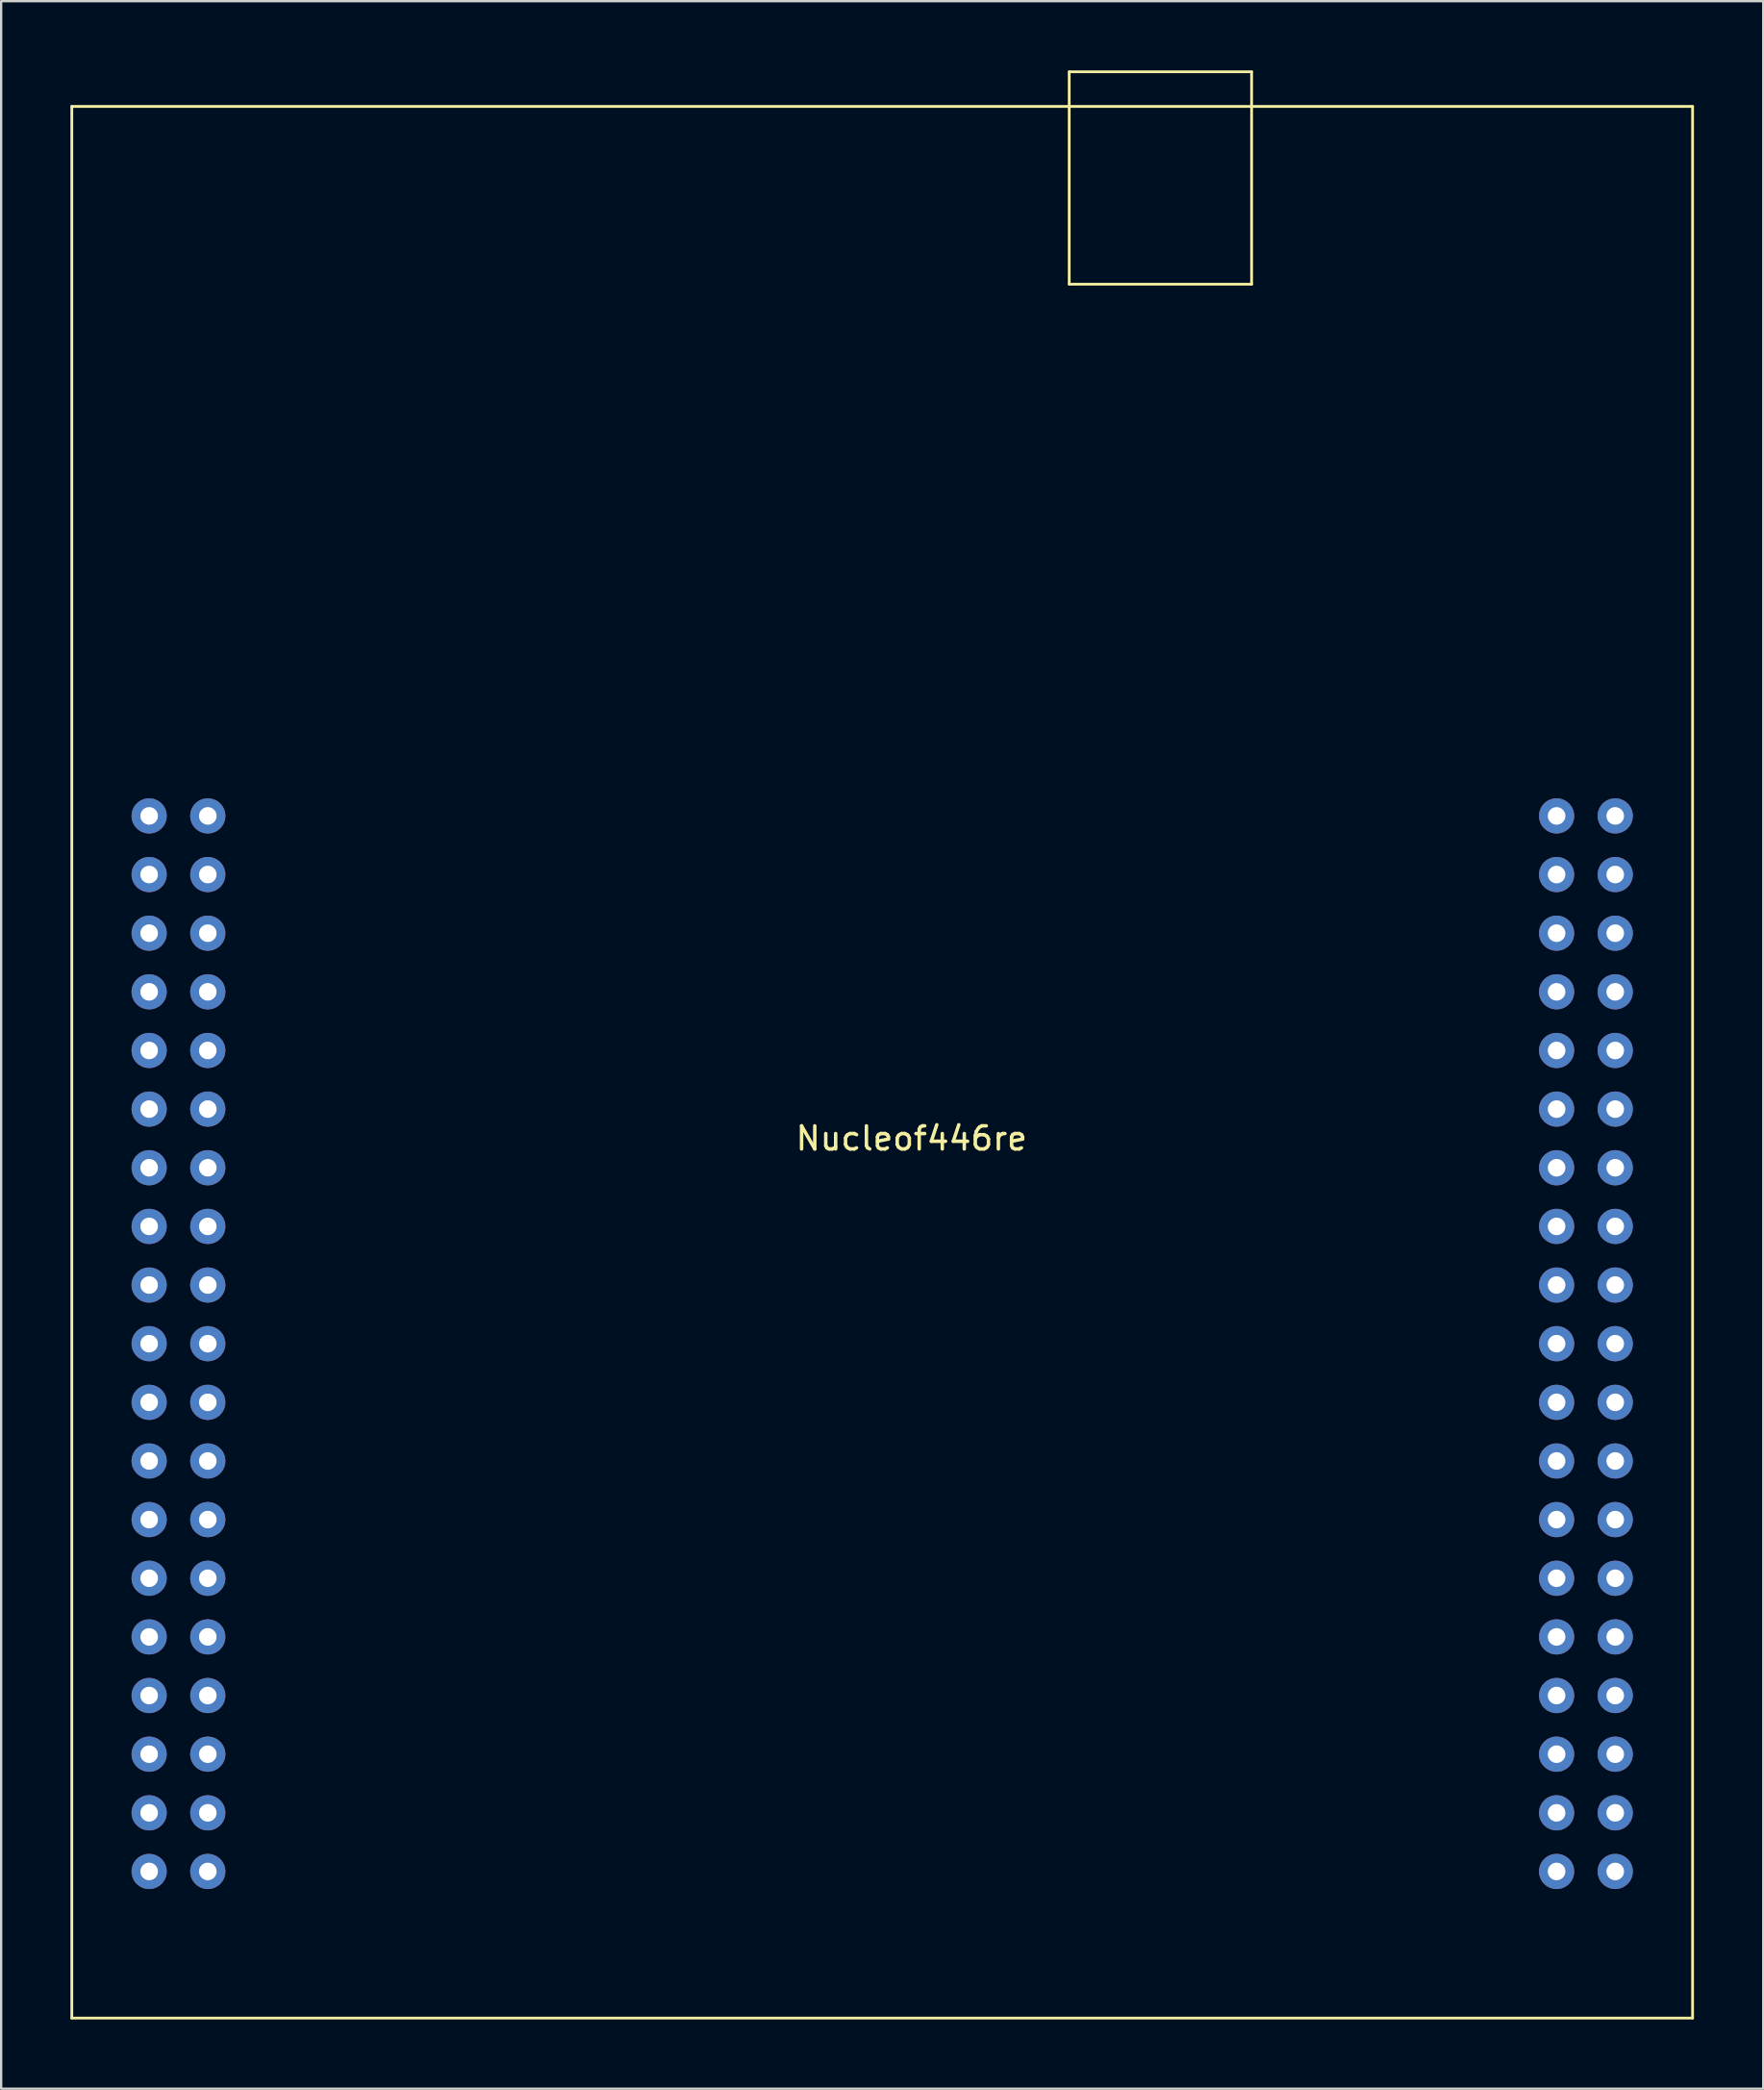
<source format=kicad_pcb>
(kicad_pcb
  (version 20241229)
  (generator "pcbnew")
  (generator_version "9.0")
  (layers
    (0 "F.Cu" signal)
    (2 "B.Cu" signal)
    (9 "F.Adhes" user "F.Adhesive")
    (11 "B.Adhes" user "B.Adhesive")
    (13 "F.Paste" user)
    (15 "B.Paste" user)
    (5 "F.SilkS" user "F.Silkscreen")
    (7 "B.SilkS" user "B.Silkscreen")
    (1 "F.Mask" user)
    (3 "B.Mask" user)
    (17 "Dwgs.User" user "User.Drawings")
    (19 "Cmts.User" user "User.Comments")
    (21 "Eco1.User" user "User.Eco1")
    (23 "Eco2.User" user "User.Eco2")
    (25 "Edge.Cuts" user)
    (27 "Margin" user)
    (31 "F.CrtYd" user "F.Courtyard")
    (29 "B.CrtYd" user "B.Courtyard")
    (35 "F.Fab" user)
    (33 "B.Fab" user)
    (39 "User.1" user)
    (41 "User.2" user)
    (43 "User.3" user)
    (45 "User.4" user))
  (footprint "Nucleof446re"
    (layer "F.Cu")
    (at 3.41 78.01)
    (property "Reference" "Nucleof446re" (at 33.02 -31.75 0) (layer "F.SilkS") (effects (font (size 1 1) (thickness 0.15))))
    (attr through_hole)
    (fp_line (start -3.35 -76.45) (end 66.85 -76.45) (stroke (width 0.12) (type solid)) (layer "F.SilkS"))
    (fp_line (start -3.35 6.35) (end -3.35 -76.45) (stroke (width 0.12) (type solid)) (layer "F.SilkS"))
    (fp_line (start -3.35 6.35) (end 66.85 6.35) (stroke (width 0.12) (type solid)) (layer "F.SilkS"))
    (fp_line (start 39.85 -77.95) (end 39.85 -68.75) (stroke (width 0.12) (type solid)) (layer "F.SilkS"))
    (fp_line (start 39.85 -77.95) (end 47.75 -77.95) (stroke (width 0.12) (type solid)) (layer "F.SilkS"))
    (fp_line (start 47.75 -77.95) (end 47.75 -68.75) (stroke (width 0.12) (type solid)) (layer "F.SilkS"))
    (fp_line (start 47.75 -68.75) (end 39.85 -68.75) (stroke (width 0.12) (type solid)) (layer "F.SilkS"))
    (fp_line (start 66.85 -76.45) (end 66.85 6.35) (stroke (width 0.12) (type solid)) (layer "F.SilkS"))
    (pad "1" thru_hole circle (at 0 -45.72) (size 1.524 1.524) (drill 0.762) (layers "*.Cu" "*.Mask"))
    (pad "2" thru_hole circle (at 0 -43.18) (size 1.524 1.524) (drill 0.762) (layers "*.Cu" "*.Mask"))
    (pad "3" thru_hole circle (at 0 -40.64) (size 1.524 1.524) (drill 0.762) (layers "*.Cu" "*.Mask"))
    (pad "4" thru_hole circle (at 0 -38.1) (size 1.524 1.524) (drill 0.762) (layers "*.Cu" "*.Mask"))
    (pad "5" thru_hole circle (at 0 -35.56) (size 1.524 1.524) (drill 0.762) (layers "*.Cu" "*.Mask"))
    (pad "6" thru_hole circle (at 0 -33.02) (size 1.524 1.524) (drill 0.762) (layers "*.Cu" "*.Mask"))
    (pad "7" thru_hole circle (at 0 -30.48) (size 1.524 1.524) (drill 0.762) (layers "*.Cu" "*.Mask"))
    (pad "8" thru_hole circle (at 0 -27.94) (size 1.524 1.524) (drill 0.762) (layers "*.Cu" "*.Mask"))
    (pad "9" thru_hole circle (at 0 -25.4) (size 1.524 1.524) (drill 0.762) (layers "*.Cu" "*.Mask"))
    (pad "10" thru_hole circle (at 0 -22.86) (size 1.524 1.524) (drill 0.762) (layers "*.Cu" "*.Mask"))
    (pad "11" thru_hole circle (at 0 -20.32) (size 1.524 1.524) (drill 0.762) (layers "*.Cu" "*.Mask"))
    (pad "12" thru_hole circle (at 0 -17.78) (size 1.524 1.524) (drill 0.762) (layers "*.Cu" "*.Mask"))
    (pad "13" thru_hole circle (at 0 -15.24) (size 1.524 1.524) (drill 0.762) (layers "*.Cu" "*.Mask"))
    (pad "14" thru_hole circle (at 0 -12.7) (size 1.524 1.524) (drill 0.762) (layers "*.Cu" "*.Mask"))
    (pad "15" thru_hole circle (at 0 -10.16) (size 1.524 1.524) (drill 0.762) (layers "*.Cu" "*.Mask"))
    (pad "16" thru_hole circle (at 0 -7.62) (size 1.524 1.524) (drill 0.762) (layers "*.Cu" "*.Mask"))
    (pad "17" thru_hole circle (at 0 -5.08) (size 1.524 1.524) (drill 0.762) (layers "*.Cu" "*.Mask"))
    (pad "18" thru_hole circle (at 0 -2.54) (size 1.524 1.524) (drill 0.762) (layers "*.Cu" "*.Mask"))
    (pad "19" thru_hole circle (at 0 0) (size 1.524 1.524) (drill 0.762) (layers "*.Cu" "*.Mask"))
    (pad "20" thru_hole circle (at 2.54 -45.72) (size 1.524 1.524) (drill 0.762) (layers "*.Cu" "*.Mask"))
    (pad "21" thru_hole circle (at 2.54 -43.18) (size 1.524 1.524) (drill 0.762) (layers "*.Cu" "*.Mask"))
    (pad "22" thru_hole circle (at 2.54 -40.64) (size 1.524 1.524) (drill 0.762) (layers "*.Cu" "*.Mask"))
    (pad "23" thru_hole circle (at 2.54 -38.1) (size 1.524 1.524) (drill 0.762) (layers "*.Cu" "*.Mask"))
    (pad "24" thru_hole circle (at 2.54 -35.56) (size 1.524 1.524) (drill 0.762) (layers "*.Cu" "*.Mask"))
    (pad "25" thru_hole circle (at 2.54 -33.02) (size 1.524 1.524) (drill 0.762) (layers "*.Cu" "*.Mask"))
    (pad "26" thru_hole circle (at 2.54 -30.48) (size 1.524 1.524) (drill 0.762) (layers "*.Cu" "*.Mask"))
    (pad "27" thru_hole circle (at 2.54 -27.94) (size 1.524 1.524) (drill 0.762) (layers "*.Cu" "*.Mask"))
    (pad "28" thru_hole circle (at 2.54 -25.4) (size 1.524 1.524) (drill 0.762) (layers "*.Cu" "*.Mask"))
    (pad "29" thru_hole circle (at 2.54 -22.86) (size 1.524 1.524) (drill 0.762) (layers "*.Cu" "*.Mask"))
    (pad "30" thru_hole circle (at 2.54 -20.32) (size 1.524 1.524) (drill 0.762) (layers "*.Cu" "*.Mask"))
    (pad "31" thru_hole circle (at 2.54 -17.78) (size 1.524 1.524) (drill 0.762) (layers "*.Cu" "*.Mask"))
    (pad "32" thru_hole circle (at 2.54 -15.24) (size 1.524 1.524) (drill 0.762) (layers "*.Cu" "*.Mask"))
    (pad "33" thru_hole circle (at 2.54 -12.7) (size 1.524 1.524) (drill 0.762) (layers "*.Cu" "*.Mask"))
    (pad "34" thru_hole circle (at 2.54 -10.16) (size 1.524 1.524) (drill 0.762) (layers "*.Cu" "*.Mask"))
    (pad "35" thru_hole circle (at 2.54 -7.62) (size 1.524 1.524) (drill 0.762) (layers "*.Cu" "*.Mask"))
    (pad "36" thru_hole circle (at 2.54 -5.08) (size 1.524 1.524) (drill 0.762) (layers "*.Cu" "*.Mask"))
    (pad "37" thru_hole circle (at 2.54 -2.54) (size 1.524 1.524) (drill 0.762) (layers "*.Cu" "*.Mask"))
    (pad "38" thru_hole circle (at 2.54 0) (size 1.524 1.524) (drill 0.762) (layers "*.Cu" "*.Mask"))
    (pad "71" thru_hole circle (at 60.96 -45.72) (size 1.524 1.524) (drill 0.762) (layers "*.Cu" "*.Mask"))
    (pad "72" thru_hole circle (at 60.96 -43.18) (size 1.524 1.524) (drill 0.762) (layers "*.Cu" "*.Mask"))
    (pad "73" thru_hole circle (at 60.96 -40.64) (size 1.524 1.524) (drill 0.762) (layers "*.Cu" "*.Mask"))
    (pad "74" thru_hole circle (at 60.96 -38.1) (size 1.524 1.524) (drill 0.762) (layers "*.Cu" "*.Mask"))
    (pad "75" thru_hole circle (at 60.96 -35.56) (size 1.524 1.524) (drill 0.762) (layers "*.Cu" "*.Mask"))
    (pad "76" thru_hole circle (at 60.96 -33.02) (size 1.524 1.524) (drill 0.762) (layers "*.Cu" "*.Mask"))
    (pad "77" thru_hole circle (at 60.96 -30.48) (size 1.524 1.524) (drill 0.762) (layers "*.Cu" "*.Mask"))
    (pad "78" thru_hole circle (at 60.96 -27.94) (size 1.524 1.524) (drill 0.762) (layers "*.Cu" "*.Mask"))
    (pad "79" thru_hole circle (at 60.96 -25.4) (size 1.524 1.524) (drill 0.762) (layers "*.Cu" "*.Mask"))
    (pad "80" thru_hole circle (at 60.96 -22.86) (size 1.524 1.524) (drill 0.762) (layers "*.Cu" "*.Mask"))
    (pad "81" thru_hole circle (at 60.96 -20.32) (size 1.524 1.524) (drill 0.762) (layers "*.Cu" "*.Mask"))
    (pad "82" thru_hole circle (at 60.96 -17.78) (size 1.524 1.524) (drill 0.762) (layers "*.Cu" "*.Mask"))
    (pad "83" thru_hole circle (at 60.96 -15.24) (size 1.524 1.524) (drill 0.762) (layers "*.Cu" "*.Mask"))
    (pad "84" thru_hole circle (at 60.96 -12.7) (size 1.524 1.524) (drill 0.762) (layers "*.Cu" "*.Mask"))
    (pad "85" thru_hole circle (at 60.96 -10.16) (size 1.524 1.524) (drill 0.762) (layers "*.Cu" "*.Mask"))
    (pad "86" thru_hole circle (at 60.96 -7.62) (size 1.524 1.524) (drill 0.762) (layers "*.Cu" "*.Mask"))
    (pad "87" thru_hole circle (at 60.96 -5.08) (size 1.524 1.524) (drill 0.762) (layers "*.Cu" "*.Mask"))
    (pad "88" thru_hole circle (at 60.96 -2.54) (size 1.524 1.524) (drill 0.762) (layers "*.Cu" "*.Mask"))
    (pad "89" thru_hole circle (at 60.96 0) (size 1.524 1.524) (drill 0.762) (layers "*.Cu" "*.Mask"))
    (pad "90" thru_hole circle (at 63.5 -45.72) (size 1.524 1.524) (drill 0.762) (layers "*.Cu" "*.Mask"))
    (pad "91" thru_hole circle (at 63.5 -43.18) (size 1.524 1.524) (drill 0.762) (layers "*.Cu" "*.Mask"))
    (pad "92" thru_hole circle (at 63.5 -40.64) (size 1.524 1.524) (drill 0.762) (layers "*.Cu" "*.Mask"))
    (pad "93" thru_hole circle (at 63.5 -38.1) (size 1.524 1.524) (drill 0.762) (layers "*.Cu" "*.Mask"))
    (pad "94" thru_hole circle (at 63.5 -35.56) (size 1.524 1.524) (drill 0.762) (layers "*.Cu" "*.Mask"))
    (pad "95" thru_hole circle (at 63.5 -33.02) (size 1.524 1.524) (drill 0.762) (layers "*.Cu" "*.Mask"))
    (pad "96" thru_hole circle (at 63.5 -30.48) (size 1.524 1.524) (drill 0.762) (layers "*.Cu" "*.Mask"))
    (pad "97" thru_hole circle (at 63.5 -27.94) (size 1.524 1.524) (drill 0.762) (layers "*.Cu" "*.Mask"))
    (pad "98" thru_hole circle (at 63.5 -25.4) (size 1.524 1.524) (drill 0.762) (layers "*.Cu" "*.Mask"))
    (pad "99" thru_hole circle (at 63.5 -22.86) (size 1.524 1.524) (drill 0.762) (layers "*.Cu" "*.Mask"))
    (pad "100" thru_hole circle (at 63.5 -20.32) (size 1.524 1.524) (drill 0.762) (layers "*.Cu" "*.Mask"))
    (pad "101" thru_hole circle (at 63.5 -17.78) (size 1.524 1.524) (drill 0.762) (layers "*.Cu" "*.Mask"))
    (pad "102" thru_hole circle (at 63.5 -15.24) (size 1.524 1.524) (drill 0.762) (layers "*.Cu" "*.Mask"))
    (pad "103" thru_hole circle (at 63.5 -12.7) (size 1.524 1.524) (drill 0.762) (layers "*.Cu" "*.Mask"))
    (pad "104" thru_hole circle (at 63.5 -10.16) (size 1.524 1.524) (drill 0.762) (layers "*.Cu" "*.Mask"))
    (pad "105" thru_hole circle (at 63.5 -7.62) (size 1.524 1.524) (drill 0.762) (layers "*.Cu" "*.Mask"))
    (pad "106" thru_hole circle (at 63.5 -5.08) (size 1.524 1.524) (drill 0.762) (layers "*.Cu" "*.Mask"))
    (pad "107" thru_hole circle (at 63.5 -2.54) (size 1.524 1.524) (drill 0.762) (layers "*.Cu" "*.Mask"))
    (pad "108" thru_hole circle (at 63.5 0) (size 1.524 1.524) (drill 0.762) (layers "*.Cu" "*.Mask")))
  (gr_rect
    (start -3 -3)
    (end 73.32 87.42)
    (stroke (width 0.1) (type default))
    (fill no)
    (layer "Edge.Cuts")))
</source>
